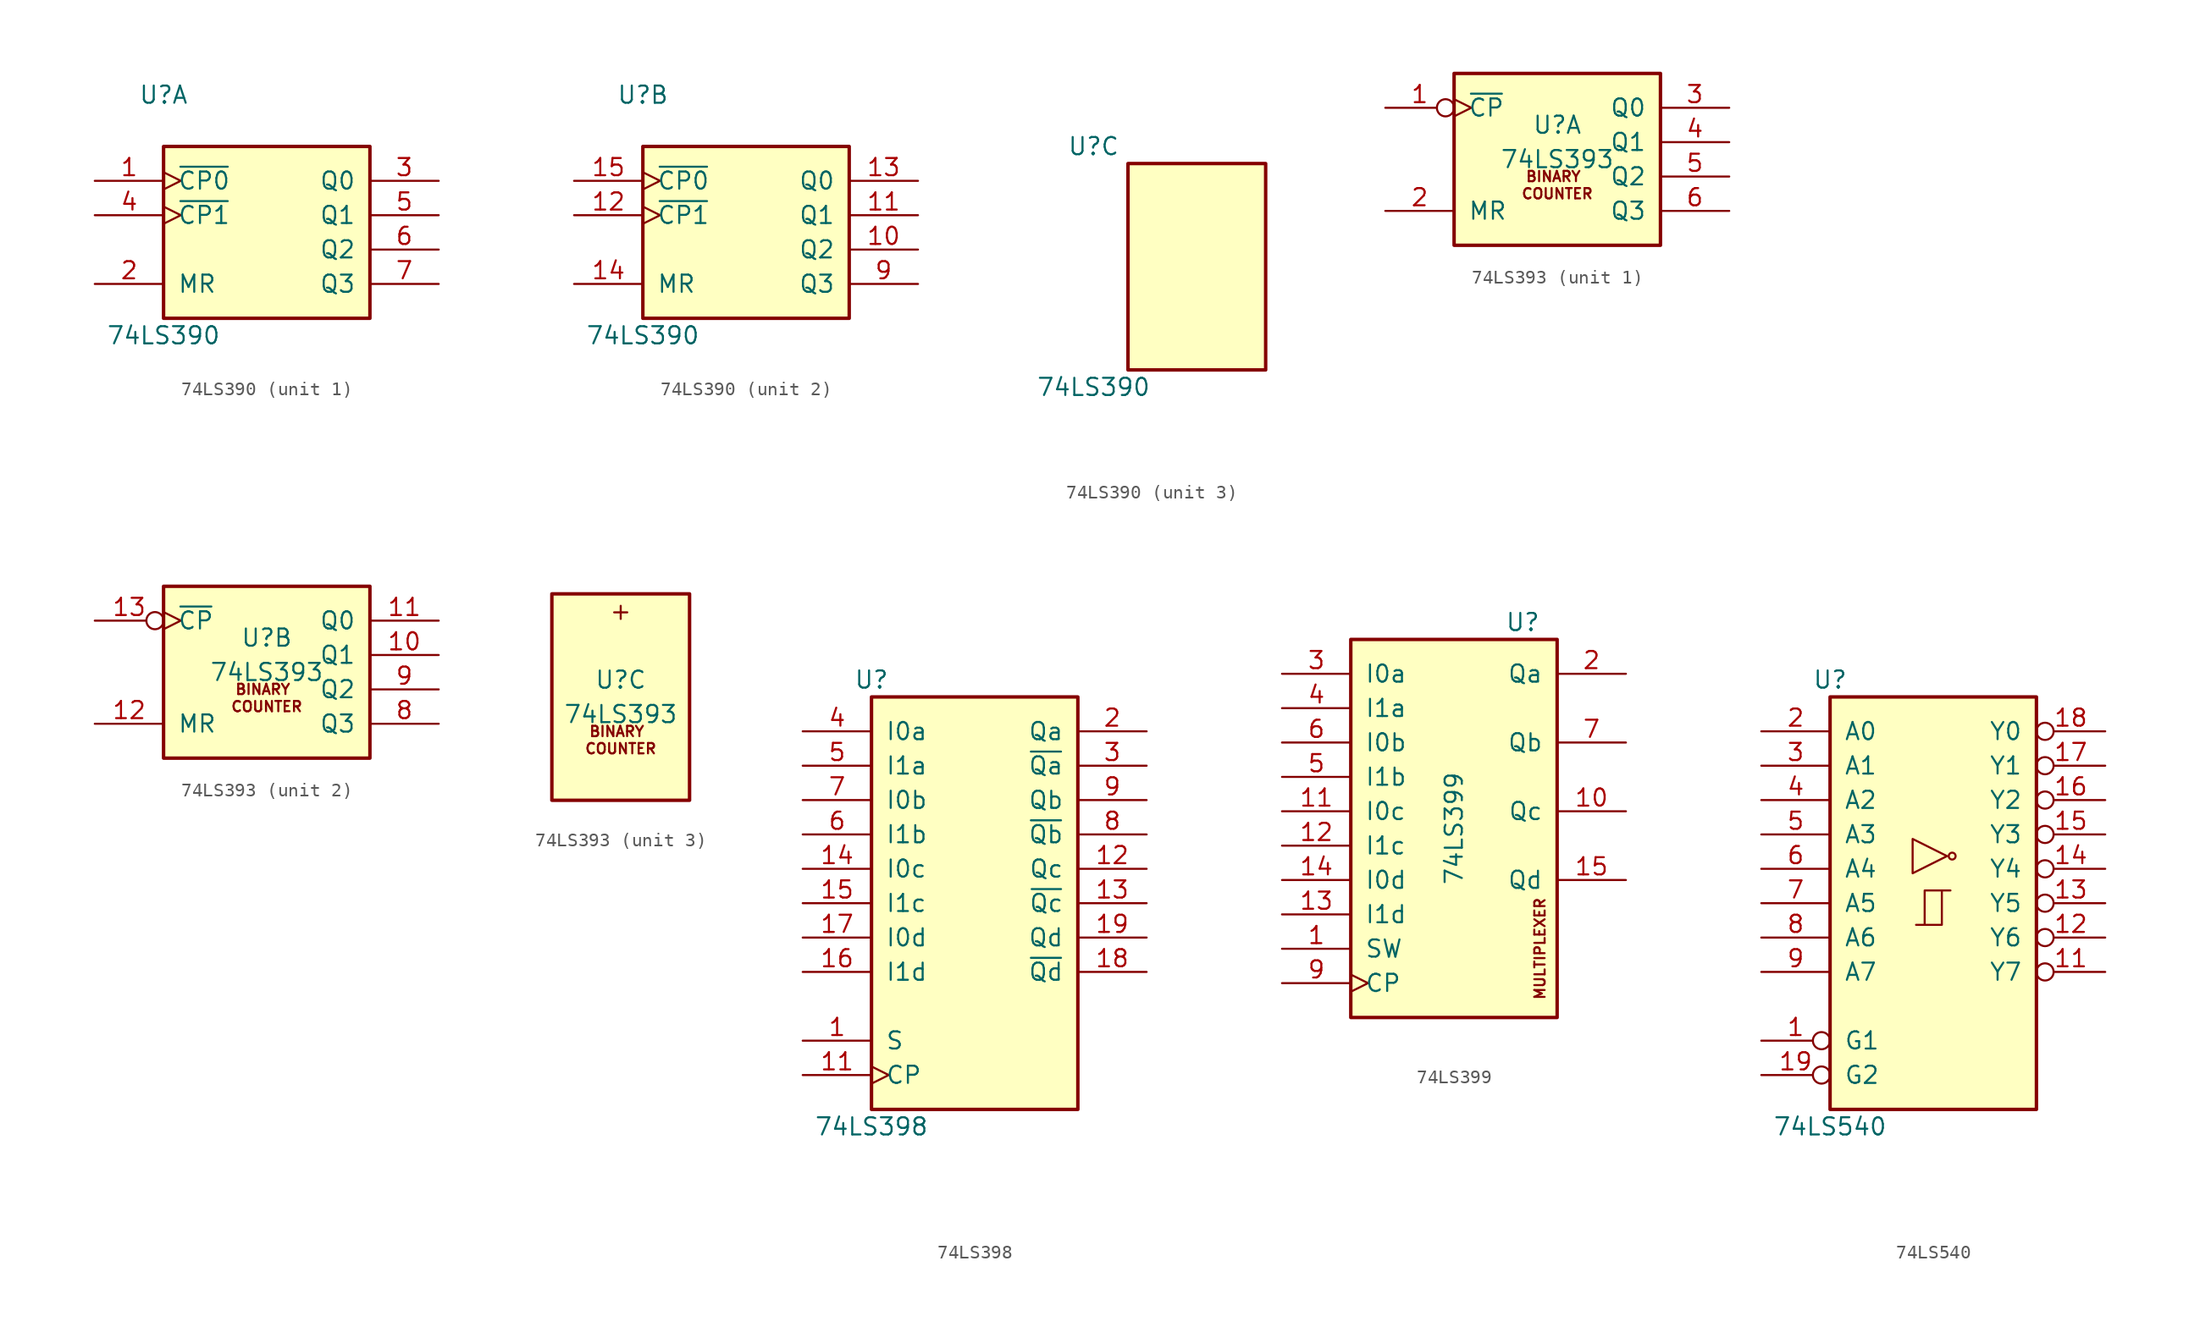
<source format=kicad_sym>
(kicad_symbol_lib
  (version 20231120)
  (generator "kicad_symbol_editor")
  (generator_version "8.0")
  (symbol "74LS390"
    (pin_names
      (offset 1.016))
    (property "Reference" "U"
      (at -7.62 8.89 0)
      (effects (font (size 1.27 1.27))))
    (property "Value" "74LS390"
      (at -7.62 -8.89 0)
      (effects (font (size 1.27 1.27))))
    (property "ki_locked" ""
      (at 0 0 0)
      (effects (font (size 1.27 1.27))))
    (symbol "74LS390_1_0"
      (pin input clock (at -12.7 2.54 0) (length 5.08) (name "~{CP0}" (effects (font (size 1.27 1.27)))) (number "1" (effects (font (size 1.27 1.27)))))
      (pin input line (at -12.7 -5.08 0) (length 5.08) (name "MR" (effects (font (size 1.27 1.27)))) (number "2" (effects (font (size 1.27 1.27)))))
      (pin output line (at 12.7 2.54 180) (length 5.08) (name "Q0" (effects (font (size 1.27 1.27)))) (number "3" (effects (font (size 1.27 1.27)))))
      (pin input clock (at -12.7 0 0) (length 5.08) (name "~{CP1}" (effects (font (size 1.27 1.27)))) (number "4" (effects (font (size 1.27 1.27)))))
      (pin output line (at 12.7 0 180) (length 5.08) (name "Q1" (effects (font (size 1.27 1.27)))) (number "5" (effects (font (size 1.27 1.27)))))
      (pin output line (at 12.7 -2.54 180) (length 5.08) (name "Q2" (effects (font (size 1.27 1.27)))) (number "6" (effects (font (size 1.27 1.27)))))
      (pin output line (at 12.7 -5.08 180) (length 5.08) (name "Q3" (effects (font (size 1.27 1.27)))) (number "7" (effects (font (size 1.27 1.27))))))
    (symbol "74LS390_1_1"
      (rectangle (start -7.62 5.08) (end 7.62 -7.62) (stroke (width 0.254) (type default)) (fill (type background))))
    (symbol "74LS390_2_0"
      (pin output line (at 12.7 -2.54 180) (length 5.08) (name "Q2" (effects (font (size 1.27 1.27)))) (number "10" (effects (font (size 1.27 1.27)))))
      (pin output line (at 12.7 0 180) (length 5.08) (name "Q1" (effects (font (size 1.27 1.27)))) (number "11" (effects (font (size 1.27 1.27)))))
      (pin input clock (at -12.7 0 0) (length 5.08) (name "~{CP1}" (effects (font (size 1.27 1.27)))) (number "12" (effects (font (size 1.27 1.27)))))
      (pin output line (at 12.7 2.54 180) (length 5.08) (name "Q0" (effects (font (size 1.27 1.27)))) (number "13" (effects (font (size 1.27 1.27)))))
      (pin input line (at -12.7 -5.08 0) (length 5.08) (name "MR" (effects (font (size 1.27 1.27)))) (number "14" (effects (font (size 1.27 1.27)))))
      (pin input clock (at -12.7 2.54 0) (length 5.08) (name "~{CP0}" (effects (font (size 1.27 1.27)))) (number "15" (effects (font (size 1.27 1.27)))))
      (pin output line (at 12.7 -5.08 180) (length 5.08) (name "Q3" (effects (font (size 1.27 1.27)))) (number "9" (effects (font (size 1.27 1.27))))))
    (symbol "74LS390_2_1"
      (rectangle (start -7.62 5.08) (end 7.62 -7.62) (stroke (width 0.254) (type default)) (fill (type background))))
    (symbol "74LS390_3_0"
      (pin input line (at 0 12.7 270) (length 5.08) hide (name "VCC" (effects (font (size 1.27 1.27)))) (number "16" (effects (font (size 1.27 1.27)))))
      (pin input line (at 0 -12.7 90) (length 5.08) hide (name "GND" (effects (font (size 1.27 1.27)))) (number "8" (effects (font (size 1.27 1.27))))))
    (symbol "74LS390_3_1"
      (rectangle (start -5.08 7.62) (end 5.08 -7.62) (stroke (width 0.254) (type default)) (fill (type background)))))
  (symbol "74LS393"
    (pin_names
      (offset 1.016))
    (property "Reference" "U"
      (at 0 1.27 0)
      (effects (font (size 1.27 1.27))))
    (property "Value" "74LS393"
      (at 0 -1.27 0)
      (effects (font (size 1.27 1.27))))
    (property "ki_locked" ""
      (at 0 0 0)
      (effects (font (size 1.27 1.27))))
    (symbol "74LS393_0_0"
      (text "BINARY " (at 0 -2.54 0) (effects (font (size 0.762 0.762))))
      (text "COUNTER" (at 0 -3.81 0) (effects (font (size 0.762 0.762)))))
    (symbol "74LS393_1_0"
      (pin input inverted_clock (at -12.7 2.54 0) (length 5.08) (name "~{CP}" (effects (font (size 1.27 1.27)))) (number "1" (effects (font (size 1.27 1.27)))))
      (pin input line (at -12.7 -5.08 0) (length 5.08) (name "MR" (effects (font (size 1.27 1.27)))) (number "2" (effects (font (size 1.27 1.27)))))
      (pin output line (at 12.7 2.54 180) (length 5.08) (name "Q0" (effects (font (size 1.27 1.27)))) (number "3" (effects (font (size 1.27 1.27)))))
      (pin output line (at 12.7 0 180) (length 5.08) (name "Q1" (effects (font (size 1.27 1.27)))) (number "4" (effects (font (size 1.27 1.27)))))
      (pin output line (at 12.7 -2.54 180) (length 5.08) (name "Q2" (effects (font (size 1.27 1.27)))) (number "5" (effects (font (size 1.27 1.27)))))
      (pin output line (at 12.7 -5.08 180) (length 5.08) (name "Q3" (effects (font (size 1.27 1.27)))) (number "6" (effects (font (size 1.27 1.27))))))
    (symbol "74LS393_1_1"
      (rectangle (start -7.62 5.08) (end 7.62 -7.62) (stroke (width 0.254) (type default)) (fill (type background))))
    (symbol "74LS393_2_0"
      (pin output line (at 12.7 0 180) (length 5.08) (name "Q1" (effects (font (size 1.27 1.27)))) (number "10" (effects (font (size 1.27 1.27)))))
      (pin output line (at 12.7 2.54 180) (length 5.08) (name "Q0" (effects (font (size 1.27 1.27)))) (number "11" (effects (font (size 1.27 1.27)))))
      (pin input line (at -12.7 -5.08 0) (length 5.08) (name "MR" (effects (font (size 1.27 1.27)))) (number "12" (effects (font (size 1.27 1.27)))))
      (pin input inverted_clock (at -12.7 2.54 0) (length 5.08) (name "~{CP}" (effects (font (size 1.27 1.27)))) (number "13" (effects (font (size 1.27 1.27)))))
      (pin output line (at 12.7 -5.08 180) (length 5.08) (name "Q3" (effects (font (size 1.27 1.27)))) (number "8" (effects (font (size 1.27 1.27)))))
      (pin output line (at 12.7 -2.54 180) (length 5.08) (name "Q2" (effects (font (size 1.27 1.27)))) (number "9" (effects (font (size 1.27 1.27))))))
    (symbol "74LS393_2_1"
      (rectangle (start -7.62 5.08) (end 7.62 -7.62) (stroke (width 0.254) (type default)) (fill (type background))))
    (symbol "74LS393_3_0"
      (pin power_in line (at 0 7.62 270) (length 5.08) hide (name "VCC" (effects (font (size 1.27 1.27)))) (number "14" (effects (font (size 1.27 1.27)))))
      (pin power_in line (at 0 -7.62 90) (length 5.08) hide (name "GND" (effects (font (size 1.27 1.27)))) (number "7" (effects (font (size 1.27 1.27))))))
    (symbol "74LS393_3_1"
      (rectangle (start -5.08 7.62) (end 5.08 -7.62) (stroke (width 0.254) (type default)) (fill (type background)))
      (text "+" (at 0 6.35 0) (effects (font (size 1.27 1.27))))))
  (symbol "74LS398"
    (pin_names
      (offset 1.016))
    (property "Reference" "U"
      (at -7.62 16.51 0)
      (effects (font (size 1.27 1.27))))
    (property "Value" "74LS398"
      (at -7.62 -16.51 0)
      (effects (font (size 1.27 1.27))))
    (property "ki_locked" ""
      (at 0 0 0)
      (effects (font (size 1.27 1.27))))
    (symbol "74LS398_1_0"
      (pin input line (at -12.7 -10.16 0) (length 5.08) (name "S" (effects (font (size 1.27 1.27)))) (number "1" (effects (font (size 1.27 1.27)))))
      (pin input line (at 0 -20.32 90) (length 5.08) hide (name "GND" (effects (font (size 1.27 1.27)))) (number "10" (effects (font (size 1.27 1.27)))))
      (pin input clock (at -12.7 -12.7 0) (length 5.08) (name "CP" (effects (font (size 1.27 1.27)))) (number "11" (effects (font (size 1.27 1.27)))))
      (pin output line (at 12.7 2.54 180) (length 5.08) (name "Qc" (effects (font (size 1.27 1.27)))) (number "12" (effects (font (size 1.27 1.27)))))
      (pin output line (at 12.7 0 180) (length 5.08) (name "~{Qc}" (effects (font (size 1.27 1.27)))) (number "13" (effects (font (size 1.27 1.27)))))
      (pin input line (at -12.7 2.54 0) (length 5.08) (name "I0c" (effects (font (size 1.27 1.27)))) (number "14" (effects (font (size 1.27 1.27)))))
      (pin input line (at -12.7 0 0) (length 5.08) (name "I1c" (effects (font (size 1.27 1.27)))) (number "15" (effects (font (size 1.27 1.27)))))
      (pin input line (at -12.7 -5.08 0) (length 5.08) (name "I1d" (effects (font (size 1.27 1.27)))) (number "16" (effects (font (size 1.27 1.27)))))
      (pin input line (at -12.7 -2.54 0) (length 5.08) (name "I0d" (effects (font (size 1.27 1.27)))) (number "17" (effects (font (size 1.27 1.27)))))
      (pin output line (at 12.7 -5.08 180) (length 5.08) (name "~{Qd}" (effects (font (size 1.27 1.27)))) (number "18" (effects (font (size 1.27 1.27)))))
      (pin output line (at 12.7 -2.54 180) (length 5.08) (name "Qd" (effects (font (size 1.27 1.27)))) (number "19" (effects (font (size 1.27 1.27)))))
      (pin output line (at 12.7 12.7 180) (length 5.08) (name "Qa" (effects (font (size 1.27 1.27)))) (number "2" (effects (font (size 1.27 1.27)))))
      (pin input line (at 0 20.32 270) (length 5.08) hide (name "VCC" (effects (font (size 1.27 1.27)))) (number "20" (effects (font (size 1.27 1.27)))))
      (pin output line (at 12.7 10.16 180) (length 5.08) (name "~{Qa}" (effects (font (size 1.27 1.27)))) (number "3" (effects (font (size 1.27 1.27)))))
      (pin input line (at -12.7 12.7 0) (length 5.08) (name "I0a" (effects (font (size 1.27 1.27)))) (number "4" (effects (font (size 1.27 1.27)))))
      (pin input line (at -12.7 10.16 0) (length 5.08) (name "I1a" (effects (font (size 1.27 1.27)))) (number "5" (effects (font (size 1.27 1.27)))))
      (pin input line (at -12.7 5.08 0) (length 5.08) (name "I1b" (effects (font (size 1.27 1.27)))) (number "6" (effects (font (size 1.27 1.27)))))
      (pin input line (at -12.7 7.62 0) (length 5.08) (name "I0b" (effects (font (size 1.27 1.27)))) (number "7" (effects (font (size 1.27 1.27)))))
      (pin output line (at 12.7 5.08 180) (length 5.08) (name "~{Qb}" (effects (font (size 1.27 1.27)))) (number "8" (effects (font (size 1.27 1.27)))))
      (pin output line (at 12.7 7.62 180) (length 5.08) (name "Qb" (effects (font (size 1.27 1.27)))) (number "9" (effects (font (size 1.27 1.27))))))
    (symbol "74LS398_1_1"
      (rectangle (start -7.62 15.24) (end 7.62 -15.24) (stroke (width 0.254) (type default)) (fill (type background)))))
  (symbol "74LS399"
    (pin_names
      (offset 1.016))
    (property "Reference" "U"
      (at 5.08 15.24 0)
      (effects (font (size 1.27 1.27))))
    (property "Value" "74LS399"
      (at 0 0 90)
      (effects (font (size 1.27 1.27))))
    (property "ki_locked" ""
      (at 0 0 0)
      (effects (font (size 1.27 1.27))))
    (symbol "74LS399_0_0"
      (text "MULTIPLEXER" (at 6.35 -8.89 900) (effects (font (size 0.762 0.762)))))
    (symbol "74LS399_1_0"
      (pin input line (at -12.7 -8.89 0) (length 5.08) (name "SW" (effects (font (size 1.27 1.27)))) (number "1" (effects (font (size 1.27 1.27)))))
      (pin output line (at 12.7 1.27 180) (length 5.08) (name "Qc" (effects (font (size 1.27 1.27)))) (number "10" (effects (font (size 1.27 1.27)))))
      (pin input line (at -12.7 1.27 0) (length 5.08) (name "I0c" (effects (font (size 1.27 1.27)))) (number "11" (effects (font (size 1.27 1.27)))))
      (pin input line (at -12.7 -1.27 0) (length 5.08) (name "I1c" (effects (font (size 1.27 1.27)))) (number "12" (effects (font (size 1.27 1.27)))))
      (pin input line (at -12.7 -6.35 0) (length 5.08) (name "I1d" (effects (font (size 1.27 1.27)))) (number "13" (effects (font (size 1.27 1.27)))))
      (pin input line (at -12.7 -3.81 0) (length 5.08) (name "I0d" (effects (font (size 1.27 1.27)))) (number "14" (effects (font (size 1.27 1.27)))))
      (pin output line (at 12.7 -3.81 180) (length 5.08) (name "Qd" (effects (font (size 1.27 1.27)))) (number "15" (effects (font (size 1.27 1.27)))))
      (pin power_in line (at 0 13.97 270) (length 5.08) hide (name "VCC" (effects (font (size 1.27 1.27)))) (number "16" (effects (font (size 1.27 1.27)))))
      (pin output line (at 12.7 11.43 180) (length 5.08) (name "Qa" (effects (font (size 1.27 1.27)))) (number "2" (effects (font (size 1.27 1.27)))))
      (pin input line (at -12.7 11.43 0) (length 5.08) (name "I0a" (effects (font (size 1.27 1.27)))) (number "3" (effects (font (size 1.27 1.27)))))
      (pin input line (at -12.7 8.89 0) (length 5.08) (name "I1a" (effects (font (size 1.27 1.27)))) (number "4" (effects (font (size 1.27 1.27)))))
      (pin input line (at -12.7 3.81 0) (length 5.08) (name "I1b" (effects (font (size 1.27 1.27)))) (number "5" (effects (font (size 1.27 1.27)))))
      (pin input line (at -12.7 6.35 0) (length 5.08) (name "I0b" (effects (font (size 1.27 1.27)))) (number "6" (effects (font (size 1.27 1.27)))))
      (pin output line (at 12.7 6.35 180) (length 5.08) (name "Qb" (effects (font (size 1.27 1.27)))) (number "7" (effects (font (size 1.27 1.27)))))
      (pin power_in line (at 0 -13.97 90) (length 5.08) hide (name "GND" (effects (font (size 1.27 1.27)))) (number "8" (effects (font (size 1.27 1.27)))))
      (pin input clock (at -12.7 -11.43 0) (length 5.08) (name "CP" (effects (font (size 1.27 1.27)))) (number "9" (effects (font (size 1.27 1.27))))))
    (symbol "74LS399_1_1"
      (rectangle (start -7.62 13.97) (end 7.62 -13.97) (stroke (width 0.254) (type default)) (fill (type background)))))
  (symbol "74LS540"
    (pin_names
      (offset 1.016))
    (property "Reference" "U"
      (at -7.62 16.51 0)
      (effects (font (size 1.27 1.27))))
    (property "Value" "74LS540"
      (at -7.62 -16.51 0)
      (effects (font (size 1.27 1.27))))
    (property "ki_locked" ""
      (at 0 0 0)
      (effects (font (size 1.27 1.27))))
    (symbol "74LS540_1_0"
      (polyline (pts (xy -0.635 -1.6) (xy -0.635 0.94) (xy 0.635 0.94)) (stroke (width 0) (type default)) (fill (type none)))
      (polyline (pts (xy -1.27 -1.6) (xy 0.635 -1.6) (xy 0.635 0.94) (xy 1.27 0.94)) (stroke (width 0) (type default)) (fill (type none)))
      (polyline (pts (xy 1.016 3.48) (xy -1.524 4.75) (xy -1.524 2.21) (xy 1.016 3.48)) (stroke (width 0.152) (type default)) (fill (type none)))
      (circle (center 1.397 3.48) (radius 0.254) (stroke (width 0.152) (type default)) (fill (type none)))
      (pin input inverted (at -12.7 -10.16 0) (length 5.08) (name "G1" (effects (font (size 1.27 1.27)))) (number "1" (effects (font (size 1.27 1.27)))))
      (pin input line (at 0 -20.32 90) (length 5.08) hide (name "GND" (effects (font (size 1.27 1.27)))) (number "10" (effects (font (size 1.27 1.27)))))
      (pin tri_state inverted (at 12.7 -5.08 180) (length 5.08) (name "Y7" (effects (font (size 1.27 1.27)))) (number "11" (effects (font (size 1.27 1.27)))))
      (pin tri_state inverted (at 12.7 -2.54 180) (length 5.08) (name "Y6" (effects (font (size 1.27 1.27)))) (number "12" (effects (font (size 1.27 1.27)))))
      (pin tri_state inverted (at 12.7 0 180) (length 5.08) (name "Y5" (effects (font (size 1.27 1.27)))) (number "13" (effects (font (size 1.27 1.27)))))
      (pin tri_state inverted (at 12.7 2.54 180) (length 5.08) (name "Y4" (effects (font (size 1.27 1.27)))) (number "14" (effects (font (size 1.27 1.27)))))
      (pin tri_state inverted (at 12.7 5.08 180) (length 5.08) (name "Y3" (effects (font (size 1.27 1.27)))) (number "15" (effects (font (size 1.27 1.27)))))
      (pin tri_state inverted (at 12.7 7.62 180) (length 5.08) (name "Y2" (effects (font (size 1.27 1.27)))) (number "16" (effects (font (size 1.27 1.27)))))
      (pin tri_state inverted (at 12.7 10.16 180) (length 5.08) (name "Y1" (effects (font (size 1.27 1.27)))) (number "17" (effects (font (size 1.27 1.27)))))
      (pin tri_state inverted (at 12.7 12.7 180) (length 5.08) (name "Y0" (effects (font (size 1.27 1.27)))) (number "18" (effects (font (size 1.27 1.27)))))
      (pin input inverted (at -12.7 -12.7 0) (length 5.08) (name "G2" (effects (font (size 1.27 1.27)))) (number "19" (effects (font (size 1.27 1.27)))))
      (pin input line (at -12.7 12.7 0) (length 5.08) (name "A0" (effects (font (size 1.27 1.27)))) (number "2" (effects (font (size 1.27 1.27)))))
      (pin input line (at 0 20.32 270) (length 5.08) hide (name "VCC" (effects (font (size 1.27 1.27)))) (number "20" (effects (font (size 1.27 1.27)))))
      (pin input line (at -12.7 10.16 0) (length 5.08) (name "A1" (effects (font (size 1.27 1.27)))) (number "3" (effects (font (size 1.27 1.27)))))
      (pin input line (at -12.7 7.62 0) (length 5.08) (name "A2" (effects (font (size 1.27 1.27)))) (number "4" (effects (font (size 1.27 1.27)))))
      (pin input line (at -12.7 5.08 0) (length 5.08) (name "A3" (effects (font (size 1.27 1.27)))) (number "5" (effects (font (size 1.27 1.27)))))
      (pin input line (at -12.7 2.54 0) (length 5.08) (name "A4" (effects (font (size 1.27 1.27)))) (number "6" (effects (font (size 1.27 1.27)))))
      (pin input line (at -12.7 0 0) (length 5.08) (name "A5" (effects (font (size 1.27 1.27)))) (number "7" (effects (font (size 1.27 1.27)))))
      (pin input line (at -12.7 -2.54 0) (length 5.08) (name "A6" (effects (font (size 1.27 1.27)))) (number "8" (effects (font (size 1.27 1.27)))))
      (pin input line (at -12.7 -5.08 0) (length 5.08) (name "A7" (effects (font (size 1.27 1.27)))) (number "9" (effects (font (size 1.27 1.27))))))
    (symbol "74LS540_1_1"
      (rectangle (start -7.62 15.24) (end 7.62 -15.24) (stroke (width 0.254) (type default)) (fill (type background))))))
</source>
